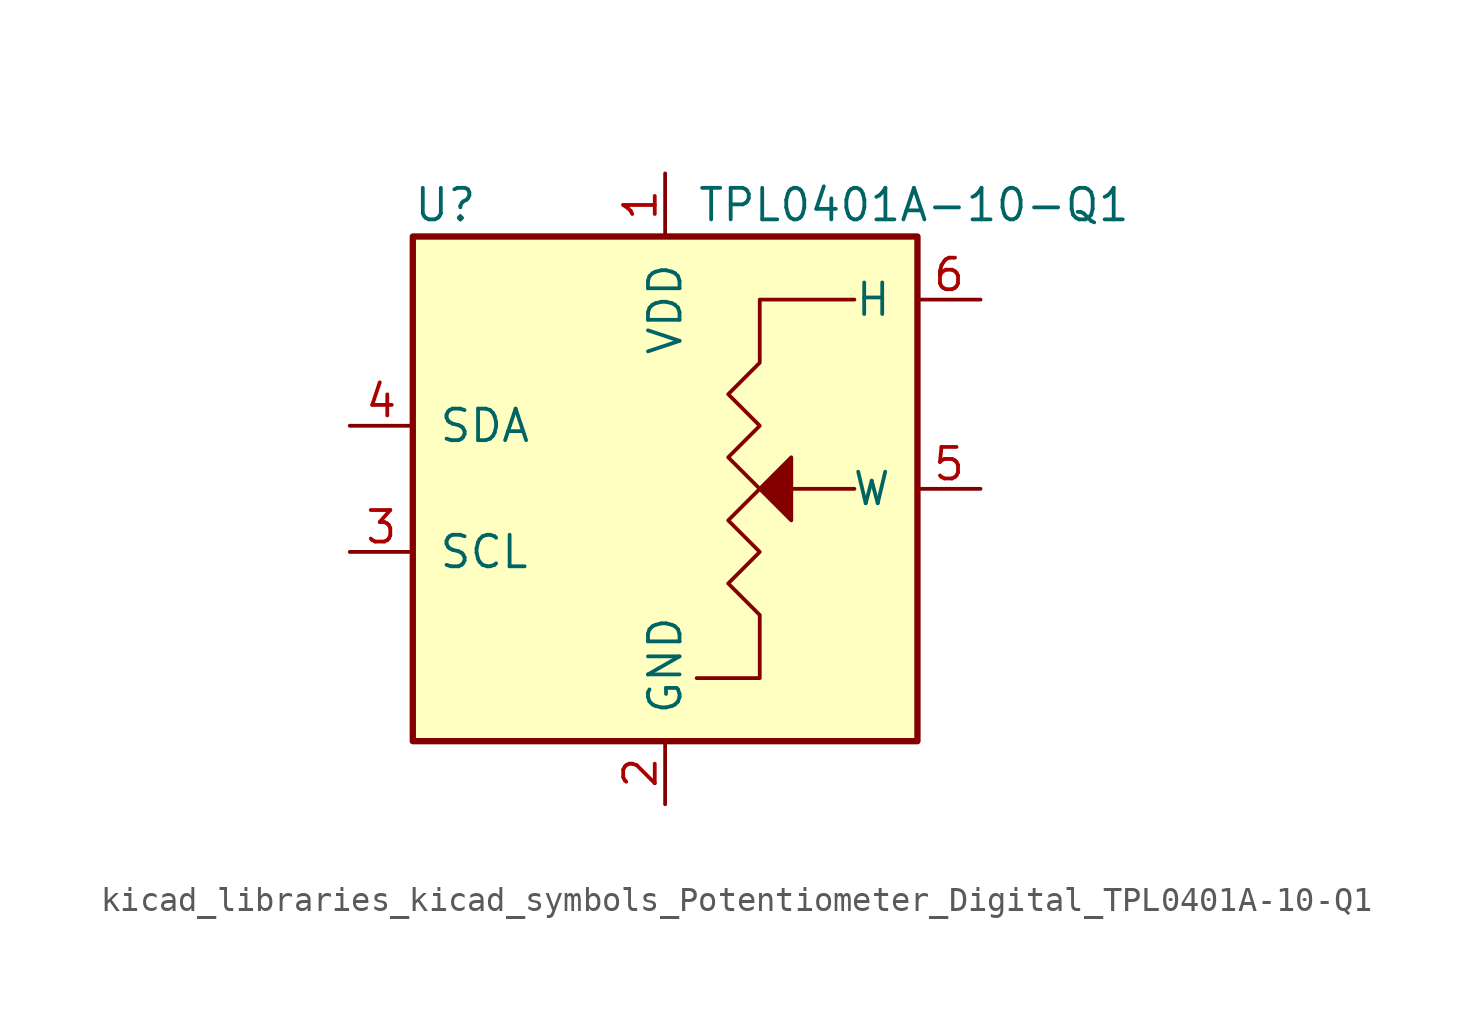
<source format=kicad_sym>
(kicad_symbol_lib
  (version 20220914)
  (generator kicad_symbol_editor)
  (symbol "kicad_libraries_kicad_symbols_Potentiometer_Digital_TPL0401A-10-Q1"
    (pin_names
      (offset 1.016))
    (property "Reference" "U"
      (at -10.16 11.43 0)
      (effects (font (size 1.27 1.27)) (justify left)))
    (property "Value" "TPL0401A-10-Q1"
      (at 1.27 11.43 0)
      (effects (font (size 1.27 1.27)) (justify left)))
    (symbol "kicad_libraries_kicad_symbols_Potentiometer_Digital_TPL0401A-10-Q1_0_1"
      (polyline (pts (xy 7.62 0) (xy 5.08 0)) (stroke (width 0) (type default)) (fill (type none)))
      (polyline (pts (xy 5.08 -1.27) (xy 5.08 1.27) (xy 3.81 0) (xy 5.08 -1.27) (xy 5.08 -1.27)) (stroke (width 0) (type default)) (fill (type outline)))
      (polyline (pts (xy 7.62 7.62) (xy 3.81 7.62) (xy 3.81 5.08) (xy 2.54 3.81) (xy 3.81 2.54) (xy 2.54 1.27) (xy 3.81 0) (xy 2.54 -1.27) (xy 3.81 -2.54) (xy 2.54 -3.81) (xy 3.81 -5.08) (xy 3.81 -7.62) (xy 1.27 -7.62)) (stroke (width 0) (type default)) (fill (type none))))
    (symbol "kicad_libraries_kicad_symbols_Potentiometer_Digital_TPL0401A-10-Q1_1_1"
      (rectangle (start -10.16 10.16) (end 10.16 -10.16) (stroke (width 0.254) (type default)) (fill (type background)))
      (pin power_in line (at 0 12.7 270) (length 2.54) (name "VDD" (effects (font (size 1.27 1.27)))) (number "1" (effects (font (size 1.27 1.27)))))
      (pin power_in line (at 0 -12.7 90) (length 2.54) (name "GND" (effects (font (size 1.27 1.27)))) (number "2" (effects (font (size 1.27 1.27)))))
      (pin input line (at -12.7 -2.54 0) (length 2.54) (name "SCL" (effects (font (size 1.27 1.27)))) (number "3" (effects (font (size 1.27 1.27)))))
      (pin bidirectional line (at -12.7 2.54 0) (length 2.54) (name "SDA" (effects (font (size 1.27 1.27)))) (number "4" (effects (font (size 1.27 1.27)))))
      (pin passive line (at 12.7 0 180) (length 2.54) (name "W" (effects (font (size 1.27 1.27)))) (number "5" (effects (font (size 1.27 1.27)))))
      (pin passive line (at 12.7 7.62 180) (length 2.54) (name "H" (effects (font (size 1.27 1.27)))) (number "6" (effects (font (size 1.27 1.27))))))))
</source>
